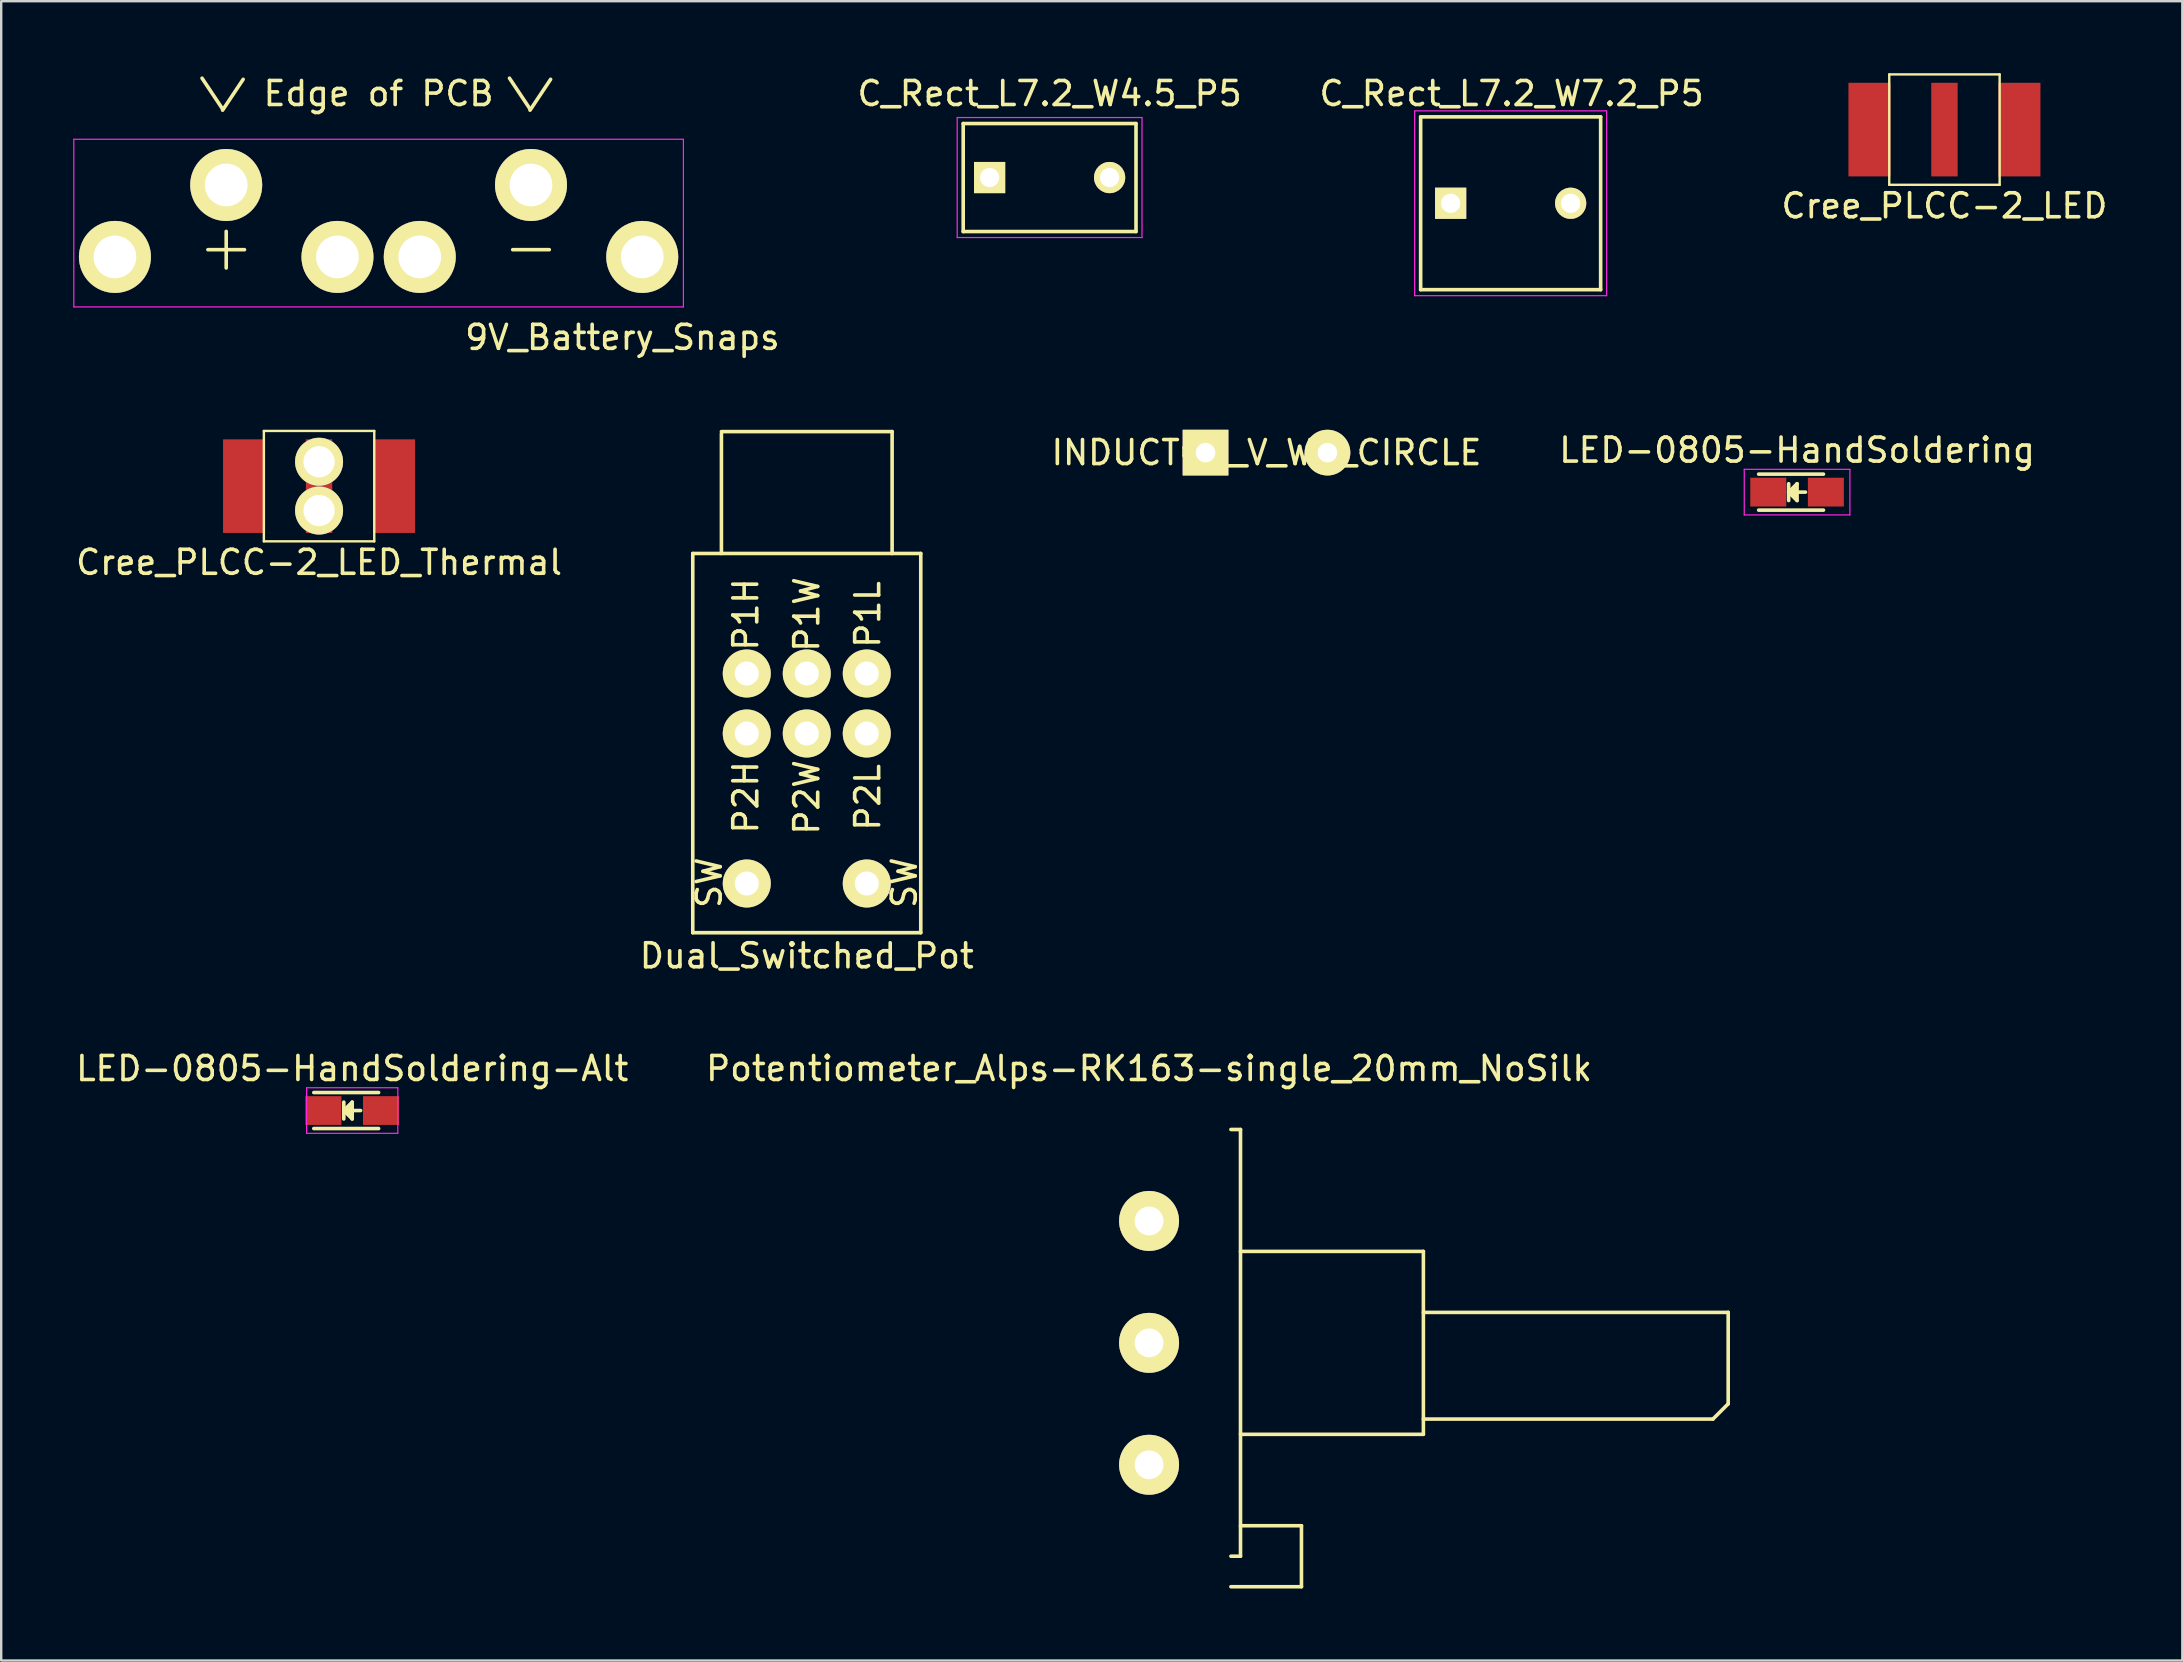
<source format=kicad_pcb>
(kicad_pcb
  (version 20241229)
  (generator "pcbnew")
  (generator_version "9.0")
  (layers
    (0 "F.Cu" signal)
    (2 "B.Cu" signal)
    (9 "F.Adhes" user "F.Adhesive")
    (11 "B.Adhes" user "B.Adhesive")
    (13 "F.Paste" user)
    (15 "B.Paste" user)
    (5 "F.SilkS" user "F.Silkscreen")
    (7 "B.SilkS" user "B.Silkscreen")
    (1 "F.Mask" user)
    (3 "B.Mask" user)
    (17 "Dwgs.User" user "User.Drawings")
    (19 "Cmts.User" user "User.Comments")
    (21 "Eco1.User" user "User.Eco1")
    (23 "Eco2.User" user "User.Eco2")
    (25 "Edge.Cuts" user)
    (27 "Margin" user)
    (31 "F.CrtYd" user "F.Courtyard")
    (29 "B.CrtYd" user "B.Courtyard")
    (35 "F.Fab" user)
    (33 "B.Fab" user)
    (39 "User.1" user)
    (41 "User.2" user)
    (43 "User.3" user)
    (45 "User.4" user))
  (footprint "Dual_Switched_Pot"
    (layer "F.Cu")
    (at 30.565 20.012)
    (property "Reference" "Dual_Switched_Pot" (at 0 16.764 0) (layer "F.SilkS") (effects (font (size 1 1) (thickness 0.15))))
    (attr through_hole)
    (fp_line (start -4.75 0) (end -4.75 15.8) (stroke (width 0.15) (type solid)) (layer "F.SilkS"))
    (fp_line (start -4.75 0) (end 4.75 0) (stroke (width 0.15) (type solid)) (layer "F.SilkS"))
    (fp_line (start -4.75 15.8) (end 4.75 15.8) (stroke (width 0.15) (type solid)) (layer "F.SilkS"))
    (fp_line (start -3.556 -5.08) (end 3.556 -5.08) (stroke (width 0.15) (type solid)) (layer "F.SilkS"))
    (fp_line (start -3.556 0) (end -3.556 -5) (stroke (width 0.15) (type solid)) (layer "F.SilkS"))
    (fp_line (start 3.556 -5.08) (end 3.556 0) (stroke (width 0.15) (type solid)) (layer "F.SilkS"))
    (fp_line (start 4.75 0) (end 4.75 15.8) (stroke (width 0.15) (type solid)) (layer "F.SilkS"))
    (fp_text user "P1W" (at 0 2.54 90) (layer "F.SilkS") (effects (font (size 1 1) (thickness 0.15))))
    (fp_text user "P2H" (at -2.54 10.16 90) (layer "F.SilkS") (effects (font (size 1 1) (thickness 0.15))))
    (fp_text user "P2W" (at 0 10.16 90) (layer "F.SilkS") (effects (font (size 1 1) (thickness 0.15))))
    (fp_text user "P2L" (at 2.54 10.16 90) (layer "F.SilkS") (effects (font (size 1 1) (thickness 0.15))))
    (fp_text user "P1H" (at -2.54 2.54 90) (layer "F.SilkS") (effects (font (size 1 1) (thickness 0.15))))
    (fp_text user "SW" (at -4.064 13.716 90) (layer "F.SilkS") (effects (font (size 1 1) (thickness 0.15))))
    (fp_text user "SW" (at 4.064 13.716 90) (layer "F.SilkS") (effects (font (size 1 1) (thickness 0.15))))
    (fp_text user "P1L" (at 2.54 2.54 90) (layer "F.SilkS") (effects (font (size 1 1) (thickness 0.15))))
    (pad "1" thru_hole circle (at -2.5 5) (size 2 2) (drill 1) (layers "*.Cu" "*.Mask" "F.SilkS"))
    (pad "2" thru_hole circle (at 0 5) (size 2 2) (drill 1) (layers "*.Cu" "*.Mask" "F.SilkS"))
    (pad "3" thru_hole circle (at 2.5 5) (size 2 2) (drill 1) (layers "*.Cu" "*.Mask" "F.SilkS"))
    (pad "4" thru_hole circle (at -2.5 7.5) (size 2 2) (drill 1) (layers "*.Cu" "*.Mask" "F.SilkS"))
    (pad "5" thru_hole circle (at 0 7.5) (size 2 2) (drill 1) (layers "*.Cu" "*.Mask" "F.SilkS"))
    (pad "6" thru_hole circle (at 2.5 7.5) (size 2 2) (drill 1) (layers "*.Cu" "*.Mask" "F.SilkS"))
    (pad "7" thru_hole circle (at -2.5 13.75) (size 2 2) (drill 1) (layers "*.Cu" "*.Mask" "F.SilkS"))
    (pad "8" thru_hole circle (at 2.5 13.75) (size 2 2) (drill 1) (layers "*.Cu" "*.Mask" "F.SilkS")))
  (footprint "LED-0805-HandSoldering"
    (layer "F.Cu")
    (at 71.827 17.455)
    (property "Reference" "LED-0805-HandSoldering" (at 0 -1.75 0) (layer "F.SilkS") (effects (font (size 1 1) (thickness 0.15))))
    (attr smd)
    (fp_line (start -1.6 -0.75) (end 1.1 -0.75) (stroke (width 0.15) (type solid)) (layer "F.SilkS"))
    (fp_line (start -1.6 0.75) (end 1.1 0.75) (stroke (width 0.15) (type solid)) (layer "F.SilkS"))
    (fp_line (start -0.35 -0.35) (end -0.35 0.35) (stroke (width 0.15) (type solid)) (layer "F.SilkS"))
    (fp_line (start -0.35 0) (end 0 -0.35) (stroke (width 0.15) (type solid)) (layer "F.SilkS"))
    (fp_line (start -0.1 -0.1) (end -0.25 0.05) (stroke (width 0.15) (type solid)) (layer "F.SilkS"))
    (fp_line (start -0.1 0.15) (end -0.1 -0.1) (stroke (width 0.15) (type solid)) (layer "F.SilkS"))
    (fp_line (start 0 -0.35) (end 0 0.35) (stroke (width 0.15) (type solid)) (layer "F.SilkS"))
    (fp_line (start 0 0) (end 0.35 0) (stroke (width 0.15) (type solid)) (layer "F.SilkS"))
    (fp_line (start 0 0.35) (end -0.35 0) (stroke (width 0.15) (type solid)) (layer "F.SilkS"))
    (fp_line (start -2.201 -0.95) (end 2.201 -0.95) (stroke (width 0.05) (type solid)) (layer "F.CrtYd"))
    (fp_line (start -2.201 0.95) (end -2.201 -0.95) (stroke (width 0.05) (type solid)) (layer "F.CrtYd"))
    (fp_line (start 2.201 -0.95) (end 2.201 0.95) (stroke (width 0.05) (type solid)) (layer "F.CrtYd"))
    (fp_line (start 2.201 0.95) (end -2.201 0.95) (stroke (width 0.05) (type solid)) (layer "F.CrtYd"))
    (pad "1" smd rect (at -1.2 0 180) (size 1.5 1.199) (layers "F.Cu" "F.Mask" "F.Paste"))
    (pad "2" smd rect (at 1.2 0 180) (size 1.5 1.199) (layers "F.Cu" "F.Mask" "F.Paste")))
  (footprint "INDUCTOR_V_WO_CIRCLE"
    (layer "F.Cu")
    (at 49.72 15.809)
    (property "Reference" "INDUCTOR_V_WO_CIRCLE" (at 0 0 0) (layer "F.SilkS") (effects (font (size 1 1) (thickness 0.15))))
    (attr through_hole)
    (pad "1" thru_hole rect (at -2.54 0) (size 1.905 1.905) (drill 0.813) (layers "*.Cu" "*.Mask" "F.SilkS"))
    (pad "2" thru_hole circle (at 2.54 0) (size 1.905 1.905) (drill 0.813) (layers "*.Cu" "*.Mask" "F.SilkS")))
  (footprint "Potentiometer_Alps-RK163-single_20mm_NoSilk"
    (layer "F.Cu")
    (at 44.827 57.982)
    (property "Reference" "Potentiometer_Alps-RK163-single_20mm_NoSilk" (at 0 -16.51 0) (layer "F.SilkS") (effects (font (size 1 1) (thickness 0.15))))
    (attr through_hole)
    (fp_line (start 3.41 -13.97) (end 3.81 -13.97) (stroke (width 0.15) (type solid)) (layer "F.SilkS"))
    (fp_line (start 3.41 5.08) (end 6.35 5.08) (stroke (width 0.15) (type solid)) (layer "F.SilkS"))
    (fp_line (start 3.81 -13.97) (end 3.81 3.81) (stroke (width 0.15) (type solid)) (layer "F.SilkS"))
    (fp_line (start 3.81 -1.27) (end 11.43 -1.27) (stroke (width 0.15) (type solid)) (layer "F.SilkS"))
    (fp_line (start 3.81 3.81) (end 3.41 3.81) (stroke (width 0.15) (type solid)) (layer "F.SilkS"))
    (fp_line (start 6.35 2.54) (end 3.81 2.54) (stroke (width 0.15) (type solid)) (layer "F.SilkS"))
    (fp_line (start 6.35 5.08) (end 6.35 2.54) (stroke (width 0.15) (type solid)) (layer "F.SilkS"))
    (fp_line (start 11.43 -8.89) (end 3.81 -8.89) (stroke (width 0.15) (type solid)) (layer "F.SilkS"))
    (fp_line (start 11.43 -1.27) (end 11.43 -8.89) (stroke (width 0.15) (type solid)) (layer "F.SilkS"))
    (fp_line (start 23.495 -1.905) (end 11.43 -1.905) (stroke (width 0.15) (type solid)) (layer "F.SilkS"))
    (fp_line (start 24.13 -6.35) (end 11.43 -6.35) (stroke (width 0.15) (type solid)) (layer "F.SilkS"))
    (fp_line (start 24.13 -2.54) (end 23.495 -1.905) (stroke (width 0.15) (type solid)) (layer "F.SilkS"))
    (fp_line (start 24.13 -2.54) (end 24.13 -6.35) (stroke (width 0.15) (type solid)) (layer "F.SilkS"))
    (pad "1" thru_hole circle (at 0 0) (size 2.499 2.499) (drill 1.199) (layers "*.Cu" "*.Mask" "F.SilkS"))
    (pad "2" thru_hole circle (at 0 -5.08) (size 2.499 2.499) (drill 1.199) (layers "*.Cu" "*.Mask" "F.SilkS"))
    (pad "3" thru_hole circle (at 0 -10.16) (size 2.499 2.499) (drill 1.199) (layers "*.Cu" "*.Mask" "F.SilkS")))
  (footprint "LED-0805-HandSoldering-Alt"
    (layer "F.Cu")
    (at 11.625 43.222)
    (property "Reference" "LED-0805-HandSoldering-Alt" (at 0 -1.75 0) (layer "F.SilkS") (effects (font (size 1 1) (thickness 0.15))))
    (attr smd)
    (fp_line (start -1.6 -0.75) (end 1.1 -0.75) (stroke (width 0.15) (type solid)) (layer "F.SilkS"))
    (fp_line (start -1.6 0.75) (end 1.1 0.75) (stroke (width 0.15) (type solid)) (layer "F.SilkS"))
    (fp_line (start -0.35 -0.35) (end -0.35 0.35) (stroke (width 0.15) (type solid)) (layer "F.SilkS"))
    (fp_line (start -0.35 0) (end 0 -0.35) (stroke (width 0.15) (type solid)) (layer "F.SilkS"))
    (fp_line (start -0.1 -0.1) (end -0.25 0.05) (stroke (width 0.15) (type solid)) (layer "F.SilkS"))
    (fp_line (start -0.1 0.15) (end -0.1 -0.1) (stroke (width 0.15) (type solid)) (layer "F.SilkS"))
    (fp_line (start 0 -0.35) (end 0 0.35) (stroke (width 0.15) (type solid)) (layer "F.SilkS"))
    (fp_line (start 0 0) (end 0.35 0) (stroke (width 0.15) (type solid)) (layer "F.SilkS"))
    (fp_line (start 0 0.35) (end -0.35 0) (stroke (width 0.15) (type solid)) (layer "F.SilkS"))
    (fp_line (start -1.9 -0.95) (end 1.9 -0.95) (stroke (width 0.05) (type solid)) (layer "F.CrtYd"))
    (fp_line (start -1.9 0.95) (end -1.9 -0.95) (stroke (width 0.05) (type solid)) (layer "F.CrtYd"))
    (fp_line (start -1.9 0.95) (end 1.9 0.95) (stroke (width 0.05) (type solid)) (layer "F.CrtYd"))
    (fp_line (start 1.9 -0.95) (end 1.9 0.95) (stroke (width 0.05) (type solid)) (layer "F.CrtYd"))
    (pad "1" smd rect (at -1.2 0 180) (size 1.5 1.199) (layers "F.Cu" "F.Mask" "F.Paste"))
    (pad "2" smd rect (at 1.2 0 180) (size 1.5 1.199) (layers "F.Cu" "F.Mask" "F.Paste")))
  (footprint "Cree_PLCC-2_LED_Thermal"
    (layer "F.Cu")
    (at 10.244 17.206)
    (property "Reference" "Cree_PLCC-2_LED_Thermal" (at 0 3.175 0) (layer "F.SilkS") (effects (font (size 1 1) (thickness 0.15))))
    (attr through_hole)
    (fp_line (start -2.3 -2.3) (end -2.3 2.3) (stroke (width 0.1) (type solid)) (layer "F.SilkS"))
    (fp_line (start -2.3 -2.3) (end 2.3 -2.3) (stroke (width 0.1) (type solid)) (layer "F.SilkS"))
    (fp_line (start -2.3 2.3) (end 2.3 2.3) (stroke (width 0.1) (type solid)) (layer "F.SilkS"))
    (fp_line (start 2.3 -2.3) (end 2.3 2.3) (stroke (width 0.1) (type solid)) (layer "F.SilkS"))
    (pad "1" smd rect (at -3.125 0) (size 1.75 3.9) (layers "F.Cu" "F.Mask" "F.Paste"))
    (pad "2" smd rect (at 3.125 0) (size 1.75 3.9) (layers "F.Cu" "F.Mask" "F.Paste"))
    (pad "3" thru_hole circle (at 0 -1.016) (size 2 2) (drill 1.3) (layers "*.Cu" "*.Mask" "F.SilkS"))
    (pad "3" smd rect (at 0 0) (size 1.1 3.9) (layers "F.Cu" "F.Mask" "F.Paste"))
    (pad "3" thru_hole circle (at 0 1.016) (size 2 2) (drill 1.3) (layers "*.Cu" "*.Mask" "F.SilkS")))
  (footprint "C_Rect_L7.2_W4.5_P5"
    (layer "F.Cu")
    (at 38.183 4.348)
    (property "Reference" "C_Rect_L7.2_W4.5_P5" (at 2.5 -3.5 0) (layer "F.SilkS") (effects (font (size 1 1) (thickness 0.15))))
    (attr through_hole)
    (fp_line (start -1.1 -2.25) (end 6.1 -2.25) (stroke (width 0.15) (type solid)) (layer "F.SilkS"))
    (fp_line (start -1.1 2.25) (end -1.1 -2.25) (stroke (width 0.15) (type solid)) (layer "F.SilkS"))
    (fp_line (start 6.1 -2.25) (end 6.1 2.25) (stroke (width 0.15) (type solid)) (layer "F.SilkS"))
    (fp_line (start 6.1 2.25) (end -1.1 2.25) (stroke (width 0.15) (type solid)) (layer "F.SilkS"))
    (fp_line (start -1.35 -2.5) (end 6.35 -2.5) (stroke (width 0.05) (type solid)) (layer "F.CrtYd"))
    (fp_line (start -1.35 2.5) (end -1.35 -2.5) (stroke (width 0.05) (type solid)) (layer "F.CrtYd"))
    (fp_line (start 6.35 -2.5) (end 6.35 2.5) (stroke (width 0.05) (type solid)) (layer "F.CrtYd"))
    (fp_line (start 6.35 2.5) (end -1.35 2.5) (stroke (width 0.05) (type solid)) (layer "F.CrtYd"))
    (pad "1" thru_hole rect (at 0 0) (size 1.3 1.3) (drill 0.8) (layers "*.Cu" "*.Mask" "F.SilkS"))
    (pad "2" thru_hole circle (at 5 0) (size 1.3 1.3) (drill 0.8) (layers "*.Cu" "*.Mask" "F.SilkS")))
  (footprint "Cree_PLCC-2_LED"
    (layer "F.Cu")
    (at 77.968 2.35)
    (property "Reference" "Cree_PLCC-2_LED" (at 0 3.175 0) (layer "F.SilkS") (effects (font (size 1 1) (thickness 0.15))))
    (attr through_hole)
    (fp_line (start -2.3 -2.3) (end -2.3 2.3) (stroke (width 0.1) (type solid)) (layer "F.SilkS"))
    (fp_line (start -2.3 -2.3) (end 2.3 -2.3) (stroke (width 0.1) (type solid)) (layer "F.SilkS"))
    (fp_line (start -2.3 2.3) (end 2.3 2.3) (stroke (width 0.1) (type solid)) (layer "F.SilkS"))
    (fp_line (start 2.3 -2.3) (end 2.3 2.3) (stroke (width 0.1) (type solid)) (layer "F.SilkS"))
    (pad "1" smd rect (at -3.125 0) (size 1.75 3.9) (layers "F.Cu" "F.Mask" "F.Paste"))
    (pad "2" smd rect (at 3.125 0) (size 1.75 3.9) (layers "F.Cu" "F.Mask" "F.Paste"))
    (pad "3" smd rect (at 0 0) (size 1.1 3.9) (layers "F.Cu" "F.Mask" "F.Paste")))
  (footprint "9V_Battery_Snaps"
    (layer "F.Cu")
    (at 6.375 4.658)
    (property "Reference" "9V_Battery_Snaps" (at 16.51 6.35 0) (layer "F.SilkS") (effects (font (size 1 1) (thickness 0.15))))
    (attr through_hole)
    (fp_line (start -6.35 -1.905) (end -6.35 5.08) (stroke (width 0.05) (type solid)) (layer "F.CrtYd"))
    (fp_line (start -6.35 5.08) (end 19.05 5.08) (stroke (width 0.05) (type solid)) (layer "F.CrtYd"))
    (fp_line (start 19.05 -1.905) (end -6.35 -1.905) (stroke (width 0.05) (type solid)) (layer "F.CrtYd"))
    (fp_line (start 19.05 5.08) (end 19.05 -1.905) (stroke (width 0.05) (type solid)) (layer "F.CrtYd"))
    (fp_text user "\\/ Edge of PCB \\/" (at 6.35 -3.81 0) (layer "F.SilkS") (effects (font (size 1 1) (thickness 0.15))))
    (fp_text user "+" (at 0 2.54 0) (layer "F.SilkS") (effects (font (size 2 2) (thickness 0.15))))
    (fp_text user "-" (at 12.7 2.54 0) (layer "F.SilkS") (effects (font (size 2 2) (thickness 0.15))))
    (pad "1" thru_hole circle (at -4.636 2.997) (size 3 3) (drill 1.778) (layers "*.Cu" "*.Mask" "F.SilkS"))
    (pad "1" thru_hole circle (at 0 0) (size 3 3) (drill 1.778) (layers "*.Cu" "*.Mask" "F.SilkS"))
    (pad "1" thru_hole circle (at 4.636 2.997) (size 3 3) (drill 1.778) (layers "*.Cu" "*.Mask" "F.SilkS"))
    (pad "2" thru_hole circle (at 8.065 2.997) (size 3 3) (drill 1.778) (layers "*.Cu" "*.Mask" "F.SilkS"))
    (pad "2" thru_hole circle (at 12.7 0) (size 3 3) (drill 1.778) (layers "*.Cu" "*.Mask" "F.SilkS"))
    (pad "2" thru_hole circle (at 17.335 2.997) (size 3 3) (drill 1.778) (layers "*.Cu" "*.Mask" "F.SilkS")))
  (footprint "C_Rect_L7.2_W7.2_P5"
    (layer "F.Cu")
    (at 57.393 5.42)
    (property "Reference" "C_Rect_L7.2_W7.2_P5" (at 2.54 -4.572 0) (layer "F.SilkS") (effects (font (size 1 1) (thickness 0.15))))
    (attr through_hole)
    (fp_line (start -1.25 -3.6) (end 6.25 -3.6) (stroke (width 0.15) (type solid)) (layer "F.SilkS"))
    (fp_line (start -1.25 3.6) (end -1.25 -3.6) (stroke (width 0.15) (type solid)) (layer "F.SilkS"))
    (fp_line (start 6.25 -3.6) (end 6.25 3.6) (stroke (width 0.15) (type solid)) (layer "F.SilkS"))
    (fp_line (start 6.25 3.6) (end -1.25 3.6) (stroke (width 0.15) (type solid)) (layer "F.SilkS"))
    (fp_line (start -1.5 -3.85) (end 6.5 -3.85) (stroke (width 0.05) (type solid)) (layer "F.CrtYd"))
    (fp_line (start -1.5 3.85) (end -1.5 -3.85) (stroke (width 0.05) (type solid)) (layer "F.CrtYd"))
    (fp_line (start 6.5 -3.85) (end 6.5 3.85) (stroke (width 0.05) (type solid)) (layer "F.CrtYd"))
    (fp_line (start 6.5 3.85) (end -1.5 3.85) (stroke (width 0.05) (type solid)) (layer "F.CrtYd"))
    (pad "1" thru_hole rect (at 0 0) (size 1.3 1.3) (drill 0.8) (layers "*.Cu" "*.Mask" "F.SilkS"))
    (pad "2" thru_hole circle (at 5 0) (size 1.3 1.3) (drill 0.8) (layers "*.Cu" "*.Mask" "F.SilkS")))
  (gr_rect
    (start -3 -3)
    (end 87.879 66.137)
    (stroke (width 0.1) (type default))
    (fill no)
    (layer "Edge.Cuts")))
</source>
